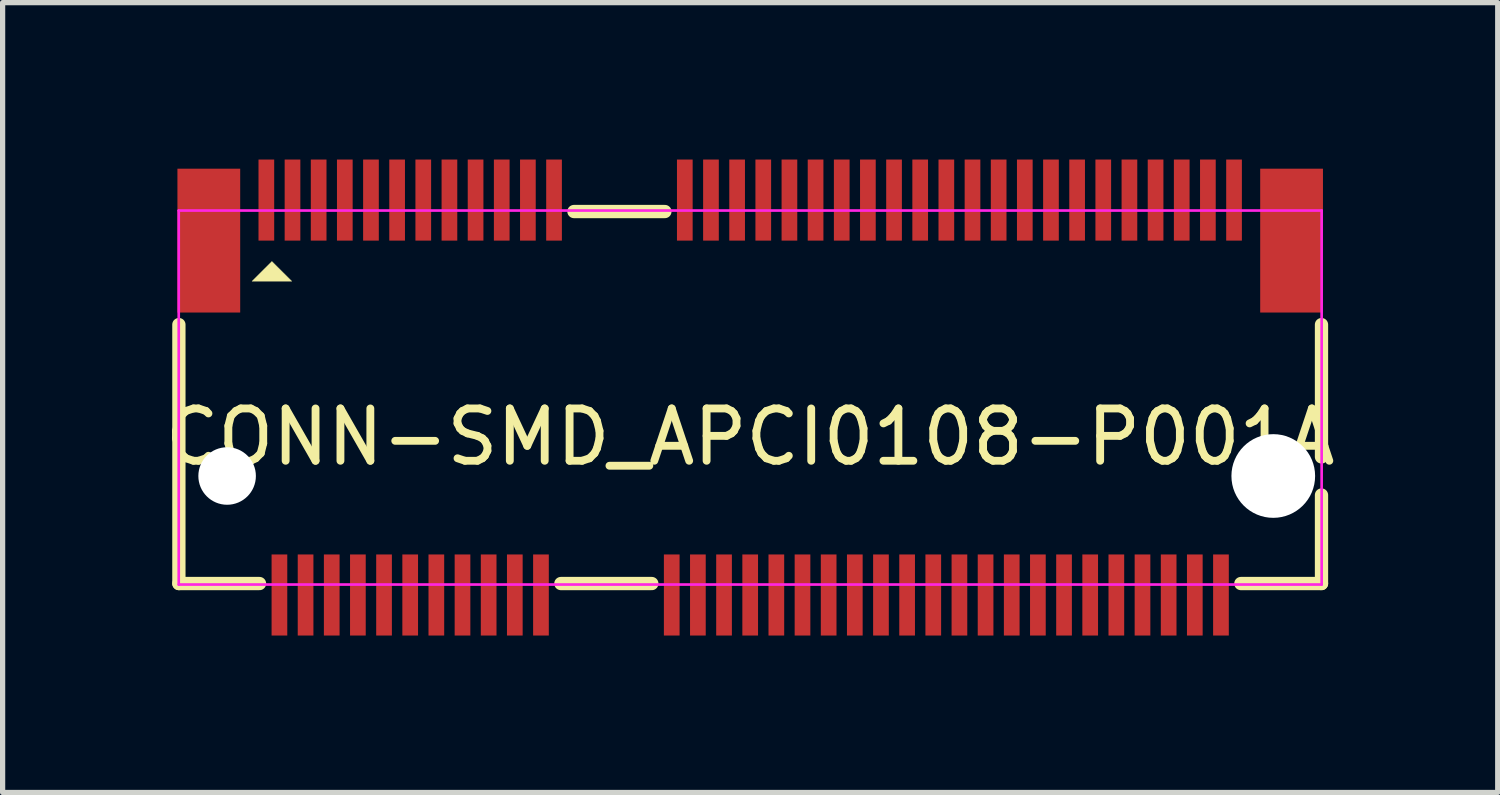
<source format=kicad_pcb>
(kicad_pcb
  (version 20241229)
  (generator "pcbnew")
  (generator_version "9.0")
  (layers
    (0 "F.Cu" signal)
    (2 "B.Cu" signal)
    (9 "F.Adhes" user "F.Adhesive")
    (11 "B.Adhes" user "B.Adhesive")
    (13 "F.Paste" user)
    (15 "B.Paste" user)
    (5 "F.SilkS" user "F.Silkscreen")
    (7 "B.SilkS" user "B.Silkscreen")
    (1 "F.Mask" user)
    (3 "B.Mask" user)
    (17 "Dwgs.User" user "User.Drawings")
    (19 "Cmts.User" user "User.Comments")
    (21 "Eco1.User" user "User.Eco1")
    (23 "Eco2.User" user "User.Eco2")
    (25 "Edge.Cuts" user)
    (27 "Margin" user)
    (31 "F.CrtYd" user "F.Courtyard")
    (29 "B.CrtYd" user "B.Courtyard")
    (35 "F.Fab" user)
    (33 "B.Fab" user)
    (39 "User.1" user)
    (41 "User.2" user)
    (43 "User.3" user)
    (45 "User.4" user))
  (footprint "CONN-SMD_APCI0108-P001A"
    (layer "F.Cu")
    (at 11.292 4.55)
    (property "Reference" "CONN-SMD_APCI0108-P001A" (at 0 0.754 0) (layer "F.SilkS") (effects (font (size 1 1) (thickness 0.15))))
    (attr through_hole)
    (fp_line (start -10.922 3.556) (end -10.922 -1.394) (stroke (width 0.254) (type solid)) (layer "F.SilkS"))
    (fp_line (start -9.381 3.556) (end -10.922 3.556) (stroke (width 0.254) (type solid)) (layer "F.SilkS"))
    (fp_line (start -3.369 -3.556) (end -1.631 -3.556) (stroke (width 0.254) (type solid)) (layer "F.SilkS"))
    (fp_line (start -1.881 3.556) (end -3.619 3.556) (stroke (width 0.254) (type solid)) (layer "F.SilkS"))
    (fp_line (start 10.922 -1.394) (end 10.922 1.135) (stroke (width 0.254) (type solid)) (layer "F.SilkS"))
    (fp_line (start 10.922 1.864) (end 10.922 3.556) (stroke (width 0.254) (type solid)) (layer "F.SilkS"))
    (fp_line (start 10.922 3.556) (end 9.381 3.556) (stroke (width 0.254) (type solid)) (layer "F.SilkS"))
    (fp_poly (pts (xy -9.144 -2.603) (xy -9.525 -2.223) (xy -8.763 -2.223)) (stroke (width 0.005) (type solid)) (fill yes) (layer "F.SilkS"))
    (fp_circle (center -10 1.5) (end -9.762 1.5) (stroke (width 0.475) (type solid)) (fill no) (layer "Dwgs.User"))
    (fp_circle (center 10 1.5) (end 10.363 1.5) (stroke (width 0.725) (type solid)) (fill no) (layer "Dwgs.User"))
    (fp_poly (pts (xy -10.45 -4) (xy -10.25 -4) (xy -10.25 -3) (xy -10.45 -3)) (stroke (width 0.005) (type solid)) (fill no) (layer "Eco2.User"))
    (fp_poly (pts (xy -9.325 -4.05) (xy -9.175 -4.05) (xy -9.175 -3.3) (xy -9.325 -3.3)) (stroke (width 0.005) (type solid)) (fill no) (layer "Eco2.User"))
    (fp_poly (pts (xy -9.075 3.15) (xy -8.925 3.15) (xy -8.925 4) (xy -9.075 4)) (stroke (width 0.005) (type solid)) (fill no) (layer "Eco2.User"))
    (fp_poly (pts (xy -8.825 -4.05) (xy -8.675 -4.05) (xy -8.675 -3.3) (xy -8.825 -3.3)) (stroke (width 0.005) (type solid)) (fill no) (layer "Eco2.User"))
    (fp_poly (pts (xy -8.575 3.15) (xy -8.425 3.15) (xy -8.425 4) (xy -8.575 4)) (stroke (width 0.005) (type solid)) (fill no) (layer "Eco2.User"))
    (fp_poly (pts (xy -8.325 -4.05) (xy -8.175 -4.05) (xy -8.175 -3.3) (xy -8.325 -3.3)) (stroke (width 0.005) (type solid)) (fill no) (layer "Eco2.User"))
    (fp_poly (pts (xy -8.075 3.15) (xy -7.925 3.15) (xy -7.925 4) (xy -8.075 4)) (stroke (width 0.005) (type solid)) (fill no) (layer "Eco2.User"))
    (fp_poly (pts (xy -7.825 -4.05) (xy -7.675 -4.05) (xy -7.675 -3.3) (xy -7.825 -3.3)) (stroke (width 0.005) (type solid)) (fill no) (layer "Eco2.User"))
    (fp_poly (pts (xy -7.575 3.15) (xy -7.425 3.15) (xy -7.425 4) (xy -7.575 4)) (stroke (width 0.005) (type solid)) (fill no) (layer "Eco2.User"))
    (fp_poly (pts (xy -7.325 -4.05) (xy -7.175 -4.05) (xy -7.175 -3.3) (xy -7.325 -3.3)) (stroke (width 0.005) (type solid)) (fill no) (layer "Eco2.User"))
    (fp_poly (pts (xy -7.075 3.15) (xy -6.925 3.15) (xy -6.925 4) (xy -7.075 4)) (stroke (width 0.005) (type solid)) (fill no) (layer "Eco2.User"))
    (fp_poly (pts (xy -6.825 -4.05) (xy -6.675 -4.05) (xy -6.675 -3.3) (xy -6.825 -3.3)) (stroke (width 0.005) (type solid)) (fill no) (layer "Eco2.User"))
    (fp_poly (pts (xy -6.575 3.15) (xy -6.425 3.15) (xy -6.425 4) (xy -6.575 4)) (stroke (width 0.005) (type solid)) (fill no) (layer "Eco2.User"))
    (fp_poly (pts (xy -6.325 -4.05) (xy -6.175 -4.05) (xy -6.175 -3.3) (xy -6.325 -3.3)) (stroke (width 0.005) (type solid)) (fill no) (layer "Eco2.User"))
    (fp_poly (pts (xy -6.075 3.15) (xy -5.925 3.15) (xy -5.925 4) (xy -6.075 4)) (stroke (width 0.005) (type solid)) (fill no) (layer "Eco2.User"))
    (fp_poly (pts (xy -5.825 -4.05) (xy -5.675 -4.05) (xy -5.675 -3.3) (xy -5.825 -3.3)) (stroke (width 0.005) (type solid)) (fill no) (layer "Eco2.User"))
    (fp_poly (pts (xy -5.575 3.15) (xy -5.425 3.15) (xy -5.425 4) (xy -5.575 4)) (stroke (width 0.005) (type solid)) (fill no) (layer "Eco2.User"))
    (fp_poly (pts (xy -5.325 -4.05) (xy -5.175 -4.05) (xy -5.175 -3.3) (xy -5.325 -3.3)) (stroke (width 0.005) (type solid)) (fill no) (layer "Eco2.User"))
    (fp_poly (pts (xy -5.075 3.15) (xy -4.925 3.15) (xy -4.925 4) (xy -5.075 4)) (stroke (width 0.005) (type solid)) (fill no) (layer "Eco2.User"))
    (fp_poly (pts (xy -4.825 -4.05) (xy -4.675 -4.05) (xy -4.675 -3.3) (xy -4.825 -3.3)) (stroke (width 0.005) (type solid)) (fill no) (layer "Eco2.User"))
    (fp_poly (pts (xy -4.575 3.15) (xy -4.425 3.15) (xy -4.425 4) (xy -4.575 4)) (stroke (width 0.005) (type solid)) (fill no) (layer "Eco2.User"))
    (fp_poly (pts (xy -4.325 -4.05) (xy -4.175 -4.05) (xy -4.175 -3.3) (xy -4.325 -3.3)) (stroke (width 0.005) (type solid)) (fill no) (layer "Eco2.User"))
    (fp_poly (pts (xy -4.075 3.15) (xy -3.925 3.15) (xy -3.925 4) (xy -4.075 4)) (stroke (width 0.005) (type solid)) (fill no) (layer "Eco2.User"))
    (fp_poly (pts (xy -3.825 -4.05) (xy -3.675 -4.05) (xy -3.675 -3.3) (xy -3.825 -3.3)) (stroke (width 0.005) (type solid)) (fill no) (layer "Eco2.User"))
    (fp_poly (pts (xy -1.575 3.15) (xy -1.425 3.15) (xy -1.425 4) (xy -1.575 4)) (stroke (width 0.005) (type solid)) (fill no) (layer "Eco2.User"))
    (fp_poly (pts (xy -1.325 -4.05) (xy -1.175 -4.05) (xy -1.175 -3.3) (xy -1.325 -3.3)) (stroke (width 0.005) (type solid)) (fill no) (layer "Eco2.User"))
    (fp_poly (pts (xy -1.075 3.15) (xy -0.925 3.15) (xy -0.925 4) (xy -1.075 4)) (stroke (width 0.005) (type solid)) (fill no) (layer "Eco2.User"))
    (fp_poly (pts (xy -0.825 -4.05) (xy -0.675 -4.05) (xy -0.675 -3.3) (xy -0.825 -3.3)) (stroke (width 0.005) (type solid)) (fill no) (layer "Eco2.User"))
    (fp_poly (pts (xy -0.575 3.15) (xy -0.425 3.15) (xy -0.425 4) (xy -0.575 4)) (stroke (width 0.005) (type solid)) (fill no) (layer "Eco2.User"))
    (fp_poly (pts (xy -0.325 -4.05) (xy -0.175 -4.05) (xy -0.175 -3.3) (xy -0.325 -3.3)) (stroke (width 0.005) (type solid)) (fill no) (layer "Eco2.User"))
    (fp_poly (pts (xy -0.075 3.15) (xy 0.075 3.15) (xy 0.075 4) (xy -0.075 4)) (stroke (width 0.005) (type solid)) (fill no) (layer "Eco2.User"))
    (fp_poly (pts (xy 0.175 -4.05) (xy 0.325 -4.05) (xy 0.325 -3.3) (xy 0.175 -3.3)) (stroke (width 0.005) (type solid)) (fill no) (layer "Eco2.User"))
    (fp_poly (pts (xy 0.425 3.15) (xy 0.575 3.15) (xy 0.575 4) (xy 0.425 4)) (stroke (width 0.005) (type solid)) (fill no) (layer "Eco2.User"))
    (fp_poly (pts (xy 0.675 -4.05) (xy 0.825 -4.05) (xy 0.825 -3.3) (xy 0.675 -3.3)) (stroke (width 0.005) (type solid)) (fill no) (layer "Eco2.User"))
    (fp_poly (pts (xy 0.925 3.15) (xy 1.075 3.15) (xy 1.075 4) (xy 0.925 4)) (stroke (width 0.005) (type solid)) (fill no) (layer "Eco2.User"))
    (fp_poly (pts (xy 1.175 -4.05) (xy 1.325 -4.05) (xy 1.325 -3.3) (xy 1.175 -3.3)) (stroke (width 0.005) (type solid)) (fill no) (layer "Eco2.User"))
    (fp_poly (pts (xy 1.425 3.15) (xy 1.575 3.15) (xy 1.575 4) (xy 1.425 4)) (stroke (width 0.005) (type solid)) (fill no) (layer "Eco2.User"))
    (fp_poly (pts (xy 1.675 -4.05) (xy 1.825 -4.05) (xy 1.825 -3.3) (xy 1.675 -3.3)) (stroke (width 0.005) (type solid)) (fill no) (layer "Eco2.User"))
    (fp_poly (pts (xy 1.925 3.15) (xy 2.075 3.15) (xy 2.075 4) (xy 1.925 4)) (stroke (width 0.005) (type solid)) (fill no) (layer "Eco2.User"))
    (fp_poly (pts (xy 2.175 -4.05) (xy 2.325 -4.05) (xy 2.325 -3.3) (xy 2.175 -3.3)) (stroke (width 0.005) (type solid)) (fill no) (layer "Eco2.User"))
    (fp_poly (pts (xy 2.425 3.15) (xy 2.575 3.15) (xy 2.575 4) (xy 2.425 4)) (stroke (width 0.005) (type solid)) (fill no) (layer "Eco2.User"))
    (fp_poly (pts (xy 2.675 -4.05) (xy 2.825 -4.05) (xy 2.825 -3.3) (xy 2.675 -3.3)) (stroke (width 0.005) (type solid)) (fill no) (layer "Eco2.User"))
    (fp_poly (pts (xy 2.925 3.15) (xy 3.075 3.15) (xy 3.075 4) (xy 2.925 4)) (stroke (width 0.005) (type solid)) (fill no) (layer "Eco2.User"))
    (fp_poly (pts (xy 3.175 -4.05) (xy 3.325 -4.05) (xy 3.325 -3.3) (xy 3.175 -3.3)) (stroke (width 0.005) (type solid)) (fill no) (layer "Eco2.User"))
    (fp_poly (pts (xy 3.425 3.15) (xy 3.575 3.15) (xy 3.575 4) (xy 3.425 4)) (stroke (width 0.005) (type solid)) (fill no) (layer "Eco2.User"))
    (fp_poly (pts (xy 3.675 -4.05) (xy 3.825 -4.05) (xy 3.825 -3.3) (xy 3.675 -3.3)) (stroke (width 0.005) (type solid)) (fill no) (layer "Eco2.User"))
    (fp_poly (pts (xy 3.925 3.15) (xy 4.075 3.15) (xy 4.075 4) (xy 3.925 4)) (stroke (width 0.005) (type solid)) (fill no) (layer "Eco2.User"))
    (fp_poly (pts (xy 4.175 -4.05) (xy 4.325 -4.05) (xy 4.325 -3.3) (xy 4.175 -3.3)) (stroke (width 0.005) (type solid)) (fill no) (layer "Eco2.User"))
    (fp_poly (pts (xy 4.425 3.15) (xy 4.575 3.15) (xy 4.575 4) (xy 4.425 4)) (stroke (width 0.005) (type solid)) (fill no) (layer "Eco2.User"))
    (fp_poly (pts (xy 4.675 -4.05) (xy 4.825 -4.05) (xy 4.825 -3.3) (xy 4.675 -3.3)) (stroke (width 0.005) (type solid)) (fill no) (layer "Eco2.User"))
    (fp_poly (pts (xy 4.925 3.15) (xy 5.075 3.15) (xy 5.075 4) (xy 4.925 4)) (stroke (width 0.005) (type solid)) (fill no) (layer "Eco2.User"))
    (fp_poly (pts (xy 5.175 -4.05) (xy 5.325 -4.05) (xy 5.325 -3.3) (xy 5.175 -3.3)) (stroke (width 0.005) (type solid)) (fill no) (layer "Eco2.User"))
    (fp_poly (pts (xy 5.425 3.15) (xy 5.575 3.15) (xy 5.575 4) (xy 5.425 4)) (stroke (width 0.005) (type solid)) (fill no) (layer "Eco2.User"))
    (fp_poly (pts (xy 5.675 -4.05) (xy 5.825 -4.05) (xy 5.825 -3.3) (xy 5.675 -3.3)) (stroke (width 0.005) (type solid)) (fill no) (layer "Eco2.User"))
    (fp_poly (pts (xy 5.925 3.15) (xy 6.075 3.15) (xy 6.075 4) (xy 5.925 4)) (stroke (width 0.005) (type solid)) (fill no) (layer "Eco2.User"))
    (fp_poly (pts (xy 6.175 -4.05) (xy 6.325 -4.05) (xy 6.325 -3.3) (xy 6.175 -3.3)) (stroke (width 0.005) (type solid)) (fill no) (layer "Eco2.User"))
    (fp_poly (pts (xy 6.425 3.15) (xy 6.575 3.15) (xy 6.575 4) (xy 6.425 4)) (stroke (width 0.005) (type solid)) (fill no) (layer "Eco2.User"))
    (fp_poly (pts (xy 6.675 -4.05) (xy 6.825 -4.05) (xy 6.825 -3.3) (xy 6.675 -3.3)) (stroke (width 0.005) (type solid)) (fill no) (layer "Eco2.User"))
    (fp_poly (pts (xy 6.925 3.15) (xy 7.075 3.15) (xy 7.075 4) (xy 6.925 4)) (stroke (width 0.005) (type solid)) (fill no) (layer "Eco2.User"))
    (fp_poly (pts (xy 7.175 -4.05) (xy 7.325 -4.05) (xy 7.325 -3.3) (xy 7.175 -3.3)) (stroke (width 0.005) (type solid)) (fill no) (layer "Eco2.User"))
    (fp_poly (pts (xy 7.425 3.15) (xy 7.575 3.15) (xy 7.575 4) (xy 7.425 4)) (stroke (width 0.005) (type solid)) (fill no) (layer "Eco2.User"))
    (fp_poly (pts (xy 7.675 -4.05) (xy 7.825 -4.05) (xy 7.825 -3.3) (xy 7.675 -3.3)) (stroke (width 0.005) (type solid)) (fill no) (layer "Eco2.User"))
    (fp_poly (pts (xy 7.925 3.15) (xy 8.075 3.15) (xy 8.075 4) (xy 7.925 4)) (stroke (width 0.005) (type solid)) (fill no) (layer "Eco2.User"))
    (fp_poly (pts (xy 8.175 -4.05) (xy 8.325 -4.05) (xy 8.325 -3.3) (xy 8.175 -3.3)) (stroke (width 0.005) (type solid)) (fill no) (layer "Eco2.User"))
    (fp_poly (pts (xy 8.425 3.15) (xy 8.575 3.15) (xy 8.575 4) (xy 8.425 4)) (stroke (width 0.005) (type solid)) (fill no) (layer "Eco2.User"))
    (fp_poly (pts (xy 8.675 -4.05) (xy 8.825 -4.05) (xy 8.825 -3.3) (xy 8.675 -3.3)) (stroke (width 0.005) (type solid)) (fill no) (layer "Eco2.User"))
    (fp_poly (pts (xy 8.925 3.15) (xy 9.075 3.15) (xy 9.075 4) (xy 8.925 4)) (stroke (width 0.005) (type solid)) (fill no) (layer "Eco2.User"))
    (fp_poly (pts (xy 9.175 -4.05) (xy 9.325 -4.05) (xy 9.325 -3.3) (xy 9.175 -3.3)) (stroke (width 0.005) (type solid)) (fill no) (layer "Eco2.User"))
    (fp_poly (pts (xy 10.25 -4) (xy 10.45 -4) (xy 10.45 -3) (xy 10.25 -3)) (stroke (width 0.005) (type solid)) (fill no) (layer "Eco2.User"))
    (fp_poly (pts (xy -10.865 -4.05) (xy -10.866 -4.062) (xy -10.87 -4.073) (xy -10.875 -4.083) (xy -10.883 -4.092) (xy -10.892 -4.1) (xy -10.902 -4.105) (xy -10.913 -4.109) (xy -10.925 -4.11) (xy -10.937 -4.109) (xy -10.948 -4.105) (xy -10.958 -4.1) (xy -10.967 -4.092) (xy -10.975 -4.083) (xy -10.98 -4.073) (xy -10.984 -4.062) (xy -10.985 -4.05) (xy -10.984 -4.038) (xy -10.98 -4.027) (xy -10.975 -4.017) (xy -10.967 -4.008) (xy -10.958 -4) (xy -10.948 -3.995) (xy -10.937 -3.991) (xy -10.925 -3.99) (xy -10.913 -3.991) (xy -10.902 -3.995) (xy -10.892 -4) (xy -10.883 -4.008) (xy -10.875 -4.017) (xy -10.87 -4.027) (xy -10.866 -4.038)) (stroke (width 0.005) (type solid)) (fill no) (layer "Eco2.User"))
    (fp_line (start -10.925 -3.575) (end 10.925 -3.575) (stroke (width 0.051) (type solid)) (layer "F.CrtYd"))
    (fp_line (start -10.925 3.575) (end -10.925 -3.575) (stroke (width 0.051) (type solid)) (layer "F.CrtYd"))
    (fp_line (start 10.925 -3.575) (end 10.925 3.575) (stroke (width 0.051) (type solid)) (layer "F.CrtYd"))
    (fp_line (start 10.925 3.575) (end -10.925 3.575) (stroke (width 0.051) (type solid)) (layer "F.CrtYd"))
    (pad "" np_thru_hole circle (at -10 1.5) (size 1.1 1.1) (drill 1.1) (layers "*.Cu" "*.Mask"))
    (pad "" np_thru_hole circle (at 10 1.5) (size 1.6 1.6) (drill 1.6) (layers "*.Cu" "*.Mask"))
    (pad "1" smd rect (at -9.25 -3.775) (size 0.3 1.55) (layers "F.Cu" "F.Mask" "F.Paste"))
    (pad "2" smd rect (at -9 3.775) (size 0.3 1.55) (layers "F.Cu" "F.Mask" "F.Paste"))
    (pad "3" smd rect (at -8.75 -3.775) (size 0.3 1.55) (layers "F.Cu" "F.Mask" "F.Paste"))
    (pad "4" smd rect (at -8.5 3.775) (size 0.3 1.55) (layers "F.Cu" "F.Mask" "F.Paste"))
    (pad "5" smd rect (at -8.25 -3.775) (size 0.3 1.55) (layers "F.Cu" "F.Mask" "F.Paste"))
    (pad "6" smd rect (at -8 3.775) (size 0.3 1.55) (layers "F.Cu" "F.Mask" "F.Paste"))
    (pad "7" smd rect (at -7.75 -3.775) (size 0.3 1.55) (layers "F.Cu" "F.Mask" "F.Paste"))
    (pad "8" smd rect (at -7.5 3.775) (size 0.3 1.55) (layers "F.Cu" "F.Mask" "F.Paste"))
    (pad "9" smd rect (at -7.25 -3.775) (size 0.3 1.55) (layers "F.Cu" "F.Mask" "F.Paste"))
    (pad "10" smd rect (at -7 3.775) (size 0.3 1.55) (layers "F.Cu" "F.Mask" "F.Paste"))
    (pad "11" smd rect (at -6.75 -3.775) (size 0.3 1.55) (layers "F.Cu" "F.Mask" "F.Paste"))
    (pad "12" smd rect (at -6.5 3.775) (size 0.3 1.55) (layers "F.Cu" "F.Mask" "F.Paste"))
    (pad "13" smd rect (at -6.25 -3.775) (size 0.3 1.55) (layers "F.Cu" "F.Mask" "F.Paste"))
    (pad "14" smd rect (at -6 3.775) (size 0.3 1.55) (layers "F.Cu" "F.Mask" "F.Paste"))
    (pad "15" smd rect (at -5.75 -3.775) (size 0.3 1.55) (layers "F.Cu" "F.Mask" "F.Paste"))
    (pad "16" smd rect (at -5.5 3.775) (size 0.3 1.55) (layers "F.Cu" "F.Mask" "F.Paste"))
    (pad "17" smd rect (at -5.25 -3.775) (size 0.3 1.55) (layers "F.Cu" "F.Mask" "F.Paste"))
    (pad "18" smd rect (at -5 3.775) (size 0.3 1.55) (layers "F.Cu" "F.Mask" "F.Paste"))
    (pad "19" smd rect (at -4.75 -3.775) (size 0.3 1.55) (layers "F.Cu" "F.Mask" "F.Paste"))
    (pad "20" smd rect (at -4.5 3.775) (size 0.3 1.55) (layers "F.Cu" "F.Mask" "F.Paste"))
    (pad "21" smd rect (at -4.25 -3.775) (size 0.3 1.55) (layers "F.Cu" "F.Mask" "F.Paste"))
    (pad "22" smd rect (at -4 3.775) (size 0.3 1.55) (layers "F.Cu" "F.Mask" "F.Paste"))
    (pad "23" smd rect (at -3.75 -3.775) (size 0.3 1.55) (layers "F.Cu" "F.Mask" "F.Paste"))
    (pad "32" smd rect (at -1.5 3.775) (size 0.3 1.55) (layers "F.Cu" "F.Mask" "F.Paste"))
    (pad "33" smd rect (at -1.25 -3.775) (size 0.3 1.55) (layers "F.Cu" "F.Mask" "F.Paste"))
    (pad "34" smd rect (at -1 3.775) (size 0.3 1.55) (layers "F.Cu" "F.Mask" "F.Paste"))
    (pad "35" smd rect (at -0.75 -3.775) (size 0.3 1.55) (layers "F.Cu" "F.Mask" "F.Paste"))
    (pad "36" smd rect (at -0.5 3.775) (size 0.3 1.55) (layers "F.Cu" "F.Mask" "F.Paste"))
    (pad "37" smd rect (at -0.25 -3.775) (size 0.3 1.55) (layers "F.Cu" "F.Mask" "F.Paste"))
    (pad "38" smd rect (at 0 3.775) (size 0.3 1.55) (layers "F.Cu" "F.Mask" "F.Paste"))
    (pad "39" smd rect (at 0.25 -3.775) (size 0.3 1.55) (layers "F.Cu" "F.Mask" "F.Paste"))
    (pad "40" smd rect (at 0.5 3.775) (size 0.3 1.55) (layers "F.Cu" "F.Mask" "F.Paste"))
    (pad "41" smd rect (at 0.75 -3.775) (size 0.3 1.55) (layers "F.Cu" "F.Mask" "F.Paste"))
    (pad "42" smd rect (at 1 3.775) (size 0.3 1.55) (layers "F.Cu" "F.Mask" "F.Paste"))
    (pad "43" smd rect (at 1.25 -3.775) (size 0.3 1.55) (layers "F.Cu" "F.Mask" "F.Paste"))
    (pad "44" smd rect (at 1.5 3.775) (size 0.3 1.55) (layers "F.Cu" "F.Mask" "F.Paste"))
    (pad "45" smd rect (at 1.75 -3.775) (size 0.3 1.55) (layers "F.Cu" "F.Mask" "F.Paste"))
    (pad "46" smd rect (at 2 3.775) (size 0.3 1.55) (layers "F.Cu" "F.Mask" "F.Paste"))
    (pad "47" smd rect (at 2.25 -3.775) (size 0.3 1.55) (layers "F.Cu" "F.Mask" "F.Paste"))
    (pad "48" smd rect (at 2.5 3.775) (size 0.3 1.55) (layers "F.Cu" "F.Mask" "F.Paste"))
    (pad "49" smd rect (at 2.75 -3.775) (size 0.3 1.55) (layers "F.Cu" "F.Mask" "F.Paste"))
    (pad "50" smd rect (at 3 3.775) (size 0.3 1.55) (layers "F.Cu" "F.Mask" "F.Paste"))
    (pad "51" smd rect (at 3.25 -3.775) (size 0.3 1.55) (layers "F.Cu" "F.Mask" "F.Paste"))
    (pad "52" smd rect (at 3.5 3.775) (size 0.3 1.55) (layers "F.Cu" "F.Mask" "F.Paste"))
    (pad "53" smd rect (at 3.75 -3.775) (size 0.3 1.55) (layers "F.Cu" "F.Mask" "F.Paste"))
    (pad "54" smd rect (at 4 3.775) (size 0.3 1.55) (layers "F.Cu" "F.Mask" "F.Paste"))
    (pad "55" smd rect (at 4.25 -3.775) (size 0.3 1.55) (layers "F.Cu" "F.Mask" "F.Paste"))
    (pad "56" smd rect (at 4.5 3.775) (size 0.3 1.55) (layers "F.Cu" "F.Mask" "F.Paste"))
    (pad "57" smd rect (at 4.75 -3.775) (size 0.3 1.55) (layers "F.Cu" "F.Mask" "F.Paste"))
    (pad "58" smd rect (at 5 3.775) (size 0.3 1.55) (layers "F.Cu" "F.Mask" "F.Paste"))
    (pad "59" smd rect (at 5.25 -3.775) (size 0.3 1.55) (layers "F.Cu" "F.Mask" "F.Paste"))
    (pad "60" smd rect (at 5.5 3.775) (size 0.3 1.55) (layers "F.Cu" "F.Mask" "F.Paste"))
    (pad "61" smd rect (at 5.75 -3.775) (size 0.3 1.55) (layers "F.Cu" "F.Mask" "F.Paste"))
    (pad "62" smd rect (at 6 3.775) (size 0.3 1.55) (layers "F.Cu" "F.Mask" "F.Paste"))
    (pad "63" smd rect (at 6.25 -3.775) (size 0.3 1.55) (layers "F.Cu" "F.Mask" "F.Paste"))
    (pad "64" smd rect (at 6.5 3.775) (size 0.3 1.55) (layers "F.Cu" "F.Mask" "F.Paste"))
    (pad "65" smd rect (at 6.75 -3.775) (size 0.3 1.55) (layers "F.Cu" "F.Mask" "F.Paste"))
    (pad "66" smd rect (at 7 3.775) (size 0.3 1.55) (layers "F.Cu" "F.Mask" "F.Paste"))
    (pad "67" smd rect (at 7.25 -3.775) (size 0.3 1.55) (layers "F.Cu" "F.Mask" "F.Paste"))
    (pad "68" smd rect (at 7.5 3.775) (size 0.3 1.55) (layers "F.Cu" "F.Mask" "F.Paste"))
    (pad "69" smd rect (at 7.75 -3.775) (size 0.3 1.55) (layers "F.Cu" "F.Mask" "F.Paste"))
    (pad "70" smd rect (at 8 3.775) (size 0.3 1.55) (layers "F.Cu" "F.Mask" "F.Paste"))
    (pad "71" smd rect (at 8.25 -3.775) (size 0.3 1.55) (layers "F.Cu" "F.Mask" "F.Paste"))
    (pad "72" smd rect (at 8.5 3.775) (size 0.3 1.55) (layers "F.Cu" "F.Mask" "F.Paste"))
    (pad "73" smd rect (at 8.75 -3.775) (size 0.3 1.55) (layers "F.Cu" "F.Mask" "F.Paste"))
    (pad "74" smd rect (at 9 3.775) (size 0.3 1.55) (layers "F.Cu" "F.Mask" "F.Paste"))
    (pad "75" smd rect (at 9.25 -3.775) (size 0.3 1.55) (layers "F.Cu" "F.Mask" "F.Paste"))
    (pad "76" smd rect (at -10.35 -3) (size 1.2 2.75) (layers "F.Cu" "F.Mask" "F.Paste"))
    (pad "77" smd rect (at 10.35 -3) (size 1.2 2.75) (layers "F.Cu" "F.Mask" "F.Paste")))
  (gr_rect
    (start -3 -3)
    (end 25.583 12.1)
    (stroke (width 0.1) (type default))
    (fill no)
    (layer "Edge.Cuts")))
</source>
